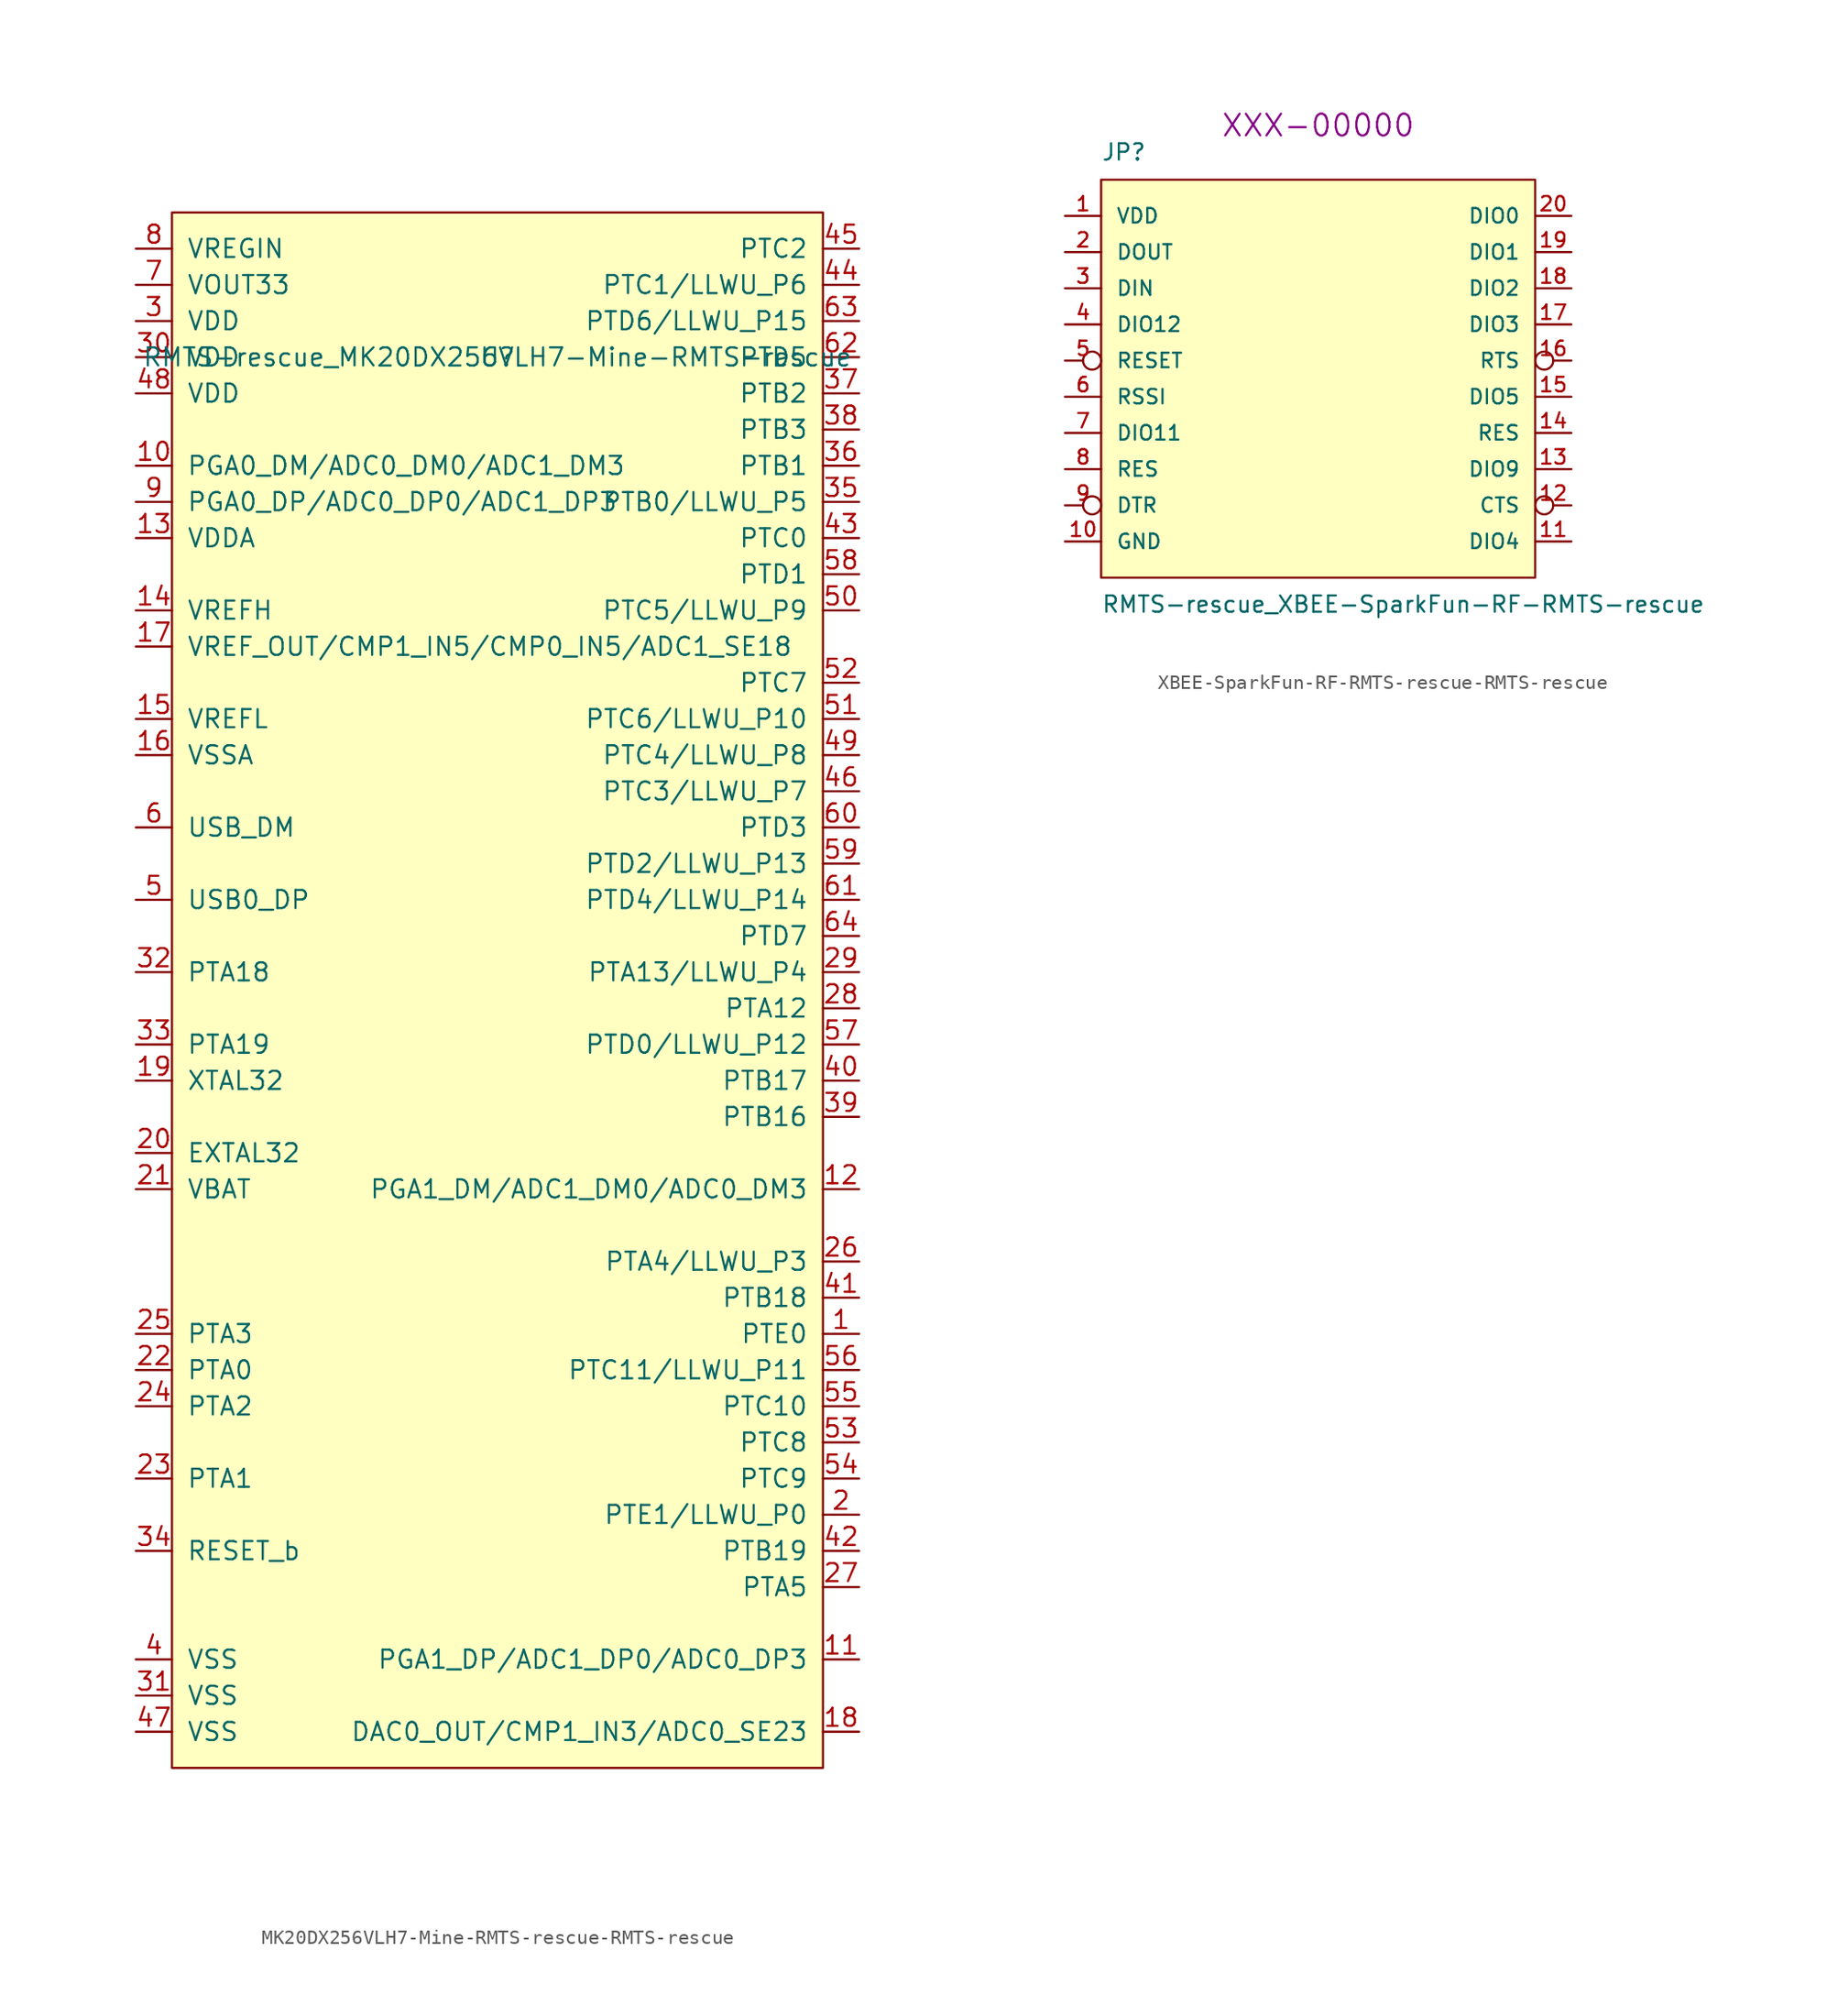
<source format=kicad_sym>
(kicad_symbol_lib
  (version 20220914)
  (generator kicad_symbol_editor)
  (symbol "MK20DX256VLH7-Mine-RMTS-rescue-RMTS-rescue"
    (pin_names
      (offset 1.016))
    (property "Reference" "U"
      (at 0 -7.62 0)
      (effects (font (size 1.27 1.27))))
    (property "Value" "RMTS-rescue_MK20DX256VLH7-Mine-RMTS-rescue"
      (at 0 -7.62 0)
      (effects (font (size 1.27 1.27))))
    (symbol "MK20DX256VLH7-Mine-RMTS-rescue-RMTS-rescue_0_0"
      (pin input line (at 25.4 -76.2 180) (length 2.54) (name "PTE0" (effects (font (size 1.27 1.27)))) (number "1" (effects (font (size 1.27 1.27)))))
      (pin input line (at -25.4 -15.24 0) (length 2.54) (name "PGA0_DM/ADC0_DM0/ADC1_DM3" (effects (font (size 1.27 1.27)))) (number "10" (effects (font (size 1.27 1.27)))))
      (pin input line (at 25.4 -99.06 180) (length 2.54) (name "PGA1_DP/ADC1_DP0/ADC0_DP3" (effects (font (size 1.27 1.27)))) (number "11" (effects (font (size 1.27 1.27)))))
      (pin input line (at 25.4 -66.04 180) (length 2.54) (name "PGA1_DM/ADC1_DM0/ADC0_DM3" (effects (font (size 1.27 1.27)))) (number "12" (effects (font (size 1.27 1.27)))))
      (pin input line (at -25.4 -20.32 0) (length 2.54) (name "VDDA" (effects (font (size 1.27 1.27)))) (number "13" (effects (font (size 1.27 1.27)))))
      (pin input line (at -25.4 -25.4 0) (length 2.54) (name "VREFH" (effects (font (size 1.27 1.27)))) (number "14" (effects (font (size 1.27 1.27)))))
      (pin input line (at -25.4 -33.02 0) (length 2.54) (name "VREFL" (effects (font (size 1.27 1.27)))) (number "15" (effects (font (size 1.27 1.27)))))
      (pin input line (at -25.4 -35.56 0) (length 2.54) (name "VSSA" (effects (font (size 1.27 1.27)))) (number "16" (effects (font (size 1.27 1.27)))))
      (pin output line (at -25.4 -27.94 0) (length 2.54) (name "VREF_OUT/CMP1_IN5/CMP0_IN5/ADC1_SE18" (effects (font (size 1.27 1.27)))) (number "17" (effects (font (size 1.27 1.27)))))
      (pin output line (at 25.4 -104.14 180) (length 2.54) (name "DAC0_OUT/CMP1_IN3/ADC0_SE23" (effects (font (size 1.27 1.27)))) (number "18" (effects (font (size 1.27 1.27)))))
      (pin input line (at -25.4 -58.42 0) (length 2.54) (name "XTAL32" (effects (font (size 1.27 1.27)))) (number "19" (effects (font (size 1.27 1.27)))))
      (pin input line (at 25.4 -88.9 180) (length 2.54) (name "PTE1/LLWU_P0" (effects (font (size 1.27 1.27)))) (number "2" (effects (font (size 1.27 1.27)))))
      (pin input line (at -25.4 -63.5 0) (length 2.54) (name "EXTAL32" (effects (font (size 1.27 1.27)))) (number "20" (effects (font (size 1.27 1.27)))))
      (pin input line (at -25.4 -66.04 0) (length 2.54) (name "VBAT" (effects (font (size 1.27 1.27)))) (number "21" (effects (font (size 1.27 1.27)))))
      (pin input line (at -25.4 -78.74 0) (length 2.54) (name "PTA0" (effects (font (size 1.27 1.27)))) (number "22" (effects (font (size 1.27 1.27)))))
      (pin input line (at -25.4 -86.36 0) (length 2.54) (name "PTA1" (effects (font (size 1.27 1.27)))) (number "23" (effects (font (size 1.27 1.27)))))
      (pin input line (at -25.4 -81.28 0) (length 2.54) (name "PTA2" (effects (font (size 1.27 1.27)))) (number "24" (effects (font (size 1.27 1.27)))))
      (pin input line (at -25.4 -76.2 0) (length 2.54) (name "PTA3" (effects (font (size 1.27 1.27)))) (number "25" (effects (font (size 1.27 1.27)))))
      (pin input line (at 25.4 -71.12 180) (length 2.54) (name "PTA4/LLWU_P3" (effects (font (size 1.27 1.27)))) (number "26" (effects (font (size 1.27 1.27)))))
      (pin input line (at 25.4 -93.98 180) (length 2.54) (name "PTA5" (effects (font (size 1.27 1.27)))) (number "27" (effects (font (size 1.27 1.27)))))
      (pin input line (at 25.4 -53.34 180) (length 2.54) (name "PTA12" (effects (font (size 1.27 1.27)))) (number "28" (effects (font (size 1.27 1.27)))))
      (pin input line (at 25.4 -50.8 180) (length 2.54) (name "PTA13/LLWU_P4" (effects (font (size 1.27 1.27)))) (number "29" (effects (font (size 1.27 1.27)))))
      (pin input line (at -25.4 -5.08 0) (length 2.54) (name "VDD" (effects (font (size 1.27 1.27)))) (number "3" (effects (font (size 1.27 1.27)))))
      (pin input line (at -25.4 -7.62 0) (length 2.54) (name "VDD" (effects (font (size 1.27 1.27)))) (number "30" (effects (font (size 1.27 1.27)))))
      (pin input line (at -25.4 -101.6 0) (length 2.54) (name "VSS" (effects (font (size 1.27 1.27)))) (number "31" (effects (font (size 1.27 1.27)))))
      (pin input line (at -25.4 -50.8 0) (length 2.54) (name "PTA18" (effects (font (size 1.27 1.27)))) (number "32" (effects (font (size 1.27 1.27)))))
      (pin input line (at -25.4 -55.88 0) (length 2.54) (name "PTA19" (effects (font (size 1.27 1.27)))) (number "33" (effects (font (size 1.27 1.27)))))
      (pin input line (at -25.4 -91.44 0) (length 2.54) (name "RESET_b" (effects (font (size 1.27 1.27)))) (number "34" (effects (font (size 1.27 1.27)))))
      (pin input line (at 25.4 -17.78 180) (length 2.54) (name "PTB0/LLWU_P5" (effects (font (size 1.27 1.27)))) (number "35" (effects (font (size 1.27 1.27)))))
      (pin input line (at 25.4 -15.24 180) (length 2.54) (name "PTB1" (effects (font (size 1.27 1.27)))) (number "36" (effects (font (size 1.27 1.27)))))
      (pin input line (at 25.4 -10.16 180) (length 2.54) (name "PTB2" (effects (font (size 1.27 1.27)))) (number "37" (effects (font (size 1.27 1.27)))))
      (pin input line (at 25.4 -12.7 180) (length 2.54) (name "PTB3" (effects (font (size 1.27 1.27)))) (number "38" (effects (font (size 1.27 1.27)))))
      (pin input line (at 25.4 -60.96 180) (length 2.54) (name "PTB16" (effects (font (size 1.27 1.27)))) (number "39" (effects (font (size 1.27 1.27)))))
      (pin input line (at -25.4 -99.06 0) (length 2.54) (name "VSS" (effects (font (size 1.27 1.27)))) (number "4" (effects (font (size 1.27 1.27)))))
      (pin input line (at 25.4 -58.42 180) (length 2.54) (name "PTB17" (effects (font (size 1.27 1.27)))) (number "40" (effects (font (size 1.27 1.27)))))
      (pin input line (at 25.4 -73.66 180) (length 2.54) (name "PTB18" (effects (font (size 1.27 1.27)))) (number "41" (effects (font (size 1.27 1.27)))))
      (pin input line (at 25.4 -91.44 180) (length 2.54) (name "PTB19" (effects (font (size 1.27 1.27)))) (number "42" (effects (font (size 1.27 1.27)))))
      (pin input line (at 25.4 -20.32 180) (length 2.54) (name "PTC0" (effects (font (size 1.27 1.27)))) (number "43" (effects (font (size 1.27 1.27)))))
      (pin input line (at 25.4 -2.54 180) (length 2.54) (name "PTC1/LLWU_P6" (effects (font (size 1.27 1.27)))) (number "44" (effects (font (size 1.27 1.27)))))
      (pin input line (at 25.4 0 180) (length 2.54) (name "PTC2" (effects (font (size 1.27 1.27)))) (number "45" (effects (font (size 1.27 1.27)))))
      (pin input line (at 25.4 -38.1 180) (length 2.54) (name "PTC3/LLWU_P7" (effects (font (size 1.27 1.27)))) (number "46" (effects (font (size 1.27 1.27)))))
      (pin input line (at -25.4 -104.14 0) (length 2.54) (name "VSS" (effects (font (size 1.27 1.27)))) (number "47" (effects (font (size 1.27 1.27)))))
      (pin input line (at -25.4 -10.16 0) (length 2.54) (name "VDD" (effects (font (size 1.27 1.27)))) (number "48" (effects (font (size 1.27 1.27)))))
      (pin input line (at 25.4 -35.56 180) (length 2.54) (name "PTC4/LLWU_P8" (effects (font (size 1.27 1.27)))) (number "49" (effects (font (size 1.27 1.27)))))
      (pin input line (at -25.4 -45.72 0) (length 2.54) (name "USB0_DP" (effects (font (size 1.27 1.27)))) (number "5" (effects (font (size 1.27 1.27)))))
      (pin input line (at 25.4 -25.4 180) (length 2.54) (name "PTC5/LLWU_P9" (effects (font (size 1.27 1.27)))) (number "50" (effects (font (size 1.27 1.27)))))
      (pin input line (at 25.4 -33.02 180) (length 2.54) (name "PTC6/LLWU_P10" (effects (font (size 1.27 1.27)))) (number "51" (effects (font (size 1.27 1.27)))))
      (pin input line (at 25.4 -30.48 180) (length 2.54) (name "PTC7" (effects (font (size 1.27 1.27)))) (number "52" (effects (font (size 1.27 1.27)))))
      (pin input line (at 25.4 -83.82 180) (length 2.54) (name "PTC8" (effects (font (size 1.27 1.27)))) (number "53" (effects (font (size 1.27 1.27)))))
      (pin input line (at 25.4 -86.36 180) (length 2.54) (name "PTC9" (effects (font (size 1.27 1.27)))) (number "54" (effects (font (size 1.27 1.27)))))
      (pin input line (at 25.4 -81.28 180) (length 2.54) (name "PTC10" (effects (font (size 1.27 1.27)))) (number "55" (effects (font (size 1.27 1.27)))))
      (pin input line (at 25.4 -78.74 180) (length 2.54) (name "PTC11/LLWU_P11" (effects (font (size 1.27 1.27)))) (number "56" (effects (font (size 1.27 1.27)))))
      (pin input line (at 25.4 -55.88 180) (length 2.54) (name "PTD0/LLWU_P12" (effects (font (size 1.27 1.27)))) (number "57" (effects (font (size 1.27 1.27)))))
      (pin input line (at 25.4 -22.86 180) (length 2.54) (name "PTD1" (effects (font (size 1.27 1.27)))) (number "58" (effects (font (size 1.27 1.27)))))
      (pin input line (at 25.4 -43.18 180) (length 2.54) (name "PTD2/LLWU_P13" (effects (font (size 1.27 1.27)))) (number "59" (effects (font (size 1.27 1.27)))))
      (pin input line (at -25.4 -40.64 0) (length 2.54) (name "USB_DM" (effects (font (size 1.27 1.27)))) (number "6" (effects (font (size 1.27 1.27)))))
      (pin input line (at 25.4 -40.64 180) (length 2.54) (name "PTD3" (effects (font (size 1.27 1.27)))) (number "60" (effects (font (size 1.27 1.27)))))
      (pin input line (at 25.4 -45.72 180) (length 2.54) (name "PTD4/LLWU_P14" (effects (font (size 1.27 1.27)))) (number "61" (effects (font (size 1.27 1.27)))))
      (pin input line (at 25.4 -7.62 180) (length 2.54) (name "PTD5" (effects (font (size 1.27 1.27)))) (number "62" (effects (font (size 1.27 1.27)))))
      (pin input line (at 25.4 -5.08 180) (length 2.54) (name "PTD6/LLWU_P15" (effects (font (size 1.27 1.27)))) (number "63" (effects (font (size 1.27 1.27)))))
      (pin input line (at 25.4 -48.26 180) (length 2.54) (name "PTD7" (effects (font (size 1.27 1.27)))) (number "64" (effects (font (size 1.27 1.27)))))
      (pin output line (at -25.4 -2.54 0) (length 2.54) (name "VOUT33" (effects (font (size 1.27 1.27)))) (number "7" (effects (font (size 1.27 1.27)))))
      (pin input line (at -25.4 0 0) (length 2.54) (name "VREGIN" (effects (font (size 1.27 1.27)))) (number "8" (effects (font (size 1.27 1.27)))))
      (pin input line (at -25.4 -17.78 0) (length 2.54) (name "PGA0_DP/ADC0_DP0/ADC1_DP3" (effects (font (size 1.27 1.27)))) (number "9" (effects (font (size 1.27 1.27))))))
    (symbol "MK20DX256VLH7-Mine-RMTS-rescue-RMTS-rescue_0_1"
      (rectangle (start -22.86 2.54) (end 22.86 -106.68) (stroke (width 0) (type solid)) (fill (type background)))))
  (symbol "XBEE-SparkFun-RF-RMTS-rescue-RMTS-rescue"
    (pin_names
      (offset 1.016))
    (property "Reference" "JP"
      (at -15.24 13.97 0)
      (effects (font (size 1.143 1.143)) (justify left bottom)))
    (property "Value" "RMTS-rescue_XBEE-SparkFun-RF-RMTS-rescue"
      (at -15.24 -17.78 0)
      (effects (font (size 1.143 1.143)) (justify left bottom)))
    (property "Field4" "XXX-00000"
      (at 0 16.51 0)
      (effects (font (size 1.524 1.524))))
    (property "ki_locked" ""
      (at 0 0 0)
      (effects (font (size 1.27 1.27))))
    (symbol "XBEE-SparkFun-RF-RMTS-rescue-RMTS-rescue_1_1"
      (polyline (pts (xy -15.24 12.7) (xy 15.24 12.7) (xy 15.24 -15.24) (xy -15.24 -15.24) (xy -15.24 12.7)) (stroke (width 0) (type solid)) (fill (type background)))
      (pin power_in line (at -17.78 10.16 0) (length 2.54) (name "VDD" (effects (font (size 1.016 1.016)))) (number "1" (effects (font (size 1.016 1.016)))))
      (pin power_in line (at -17.78 -12.7 0) (length 2.54) (name "GND" (effects (font (size 1.016 1.016)))) (number "10" (effects (font (size 1.016 1.016)))))
      (pin bidirectional line (at 17.78 -12.7 180) (length 2.54) (name "DIO4" (effects (font (size 1.016 1.016)))) (number "11" (effects (font (size 1.016 1.016)))))
      (pin output inverted (at 17.78 -10.16 180) (length 2.54) (name "CTS" (effects (font (size 1.016 1.016)))) (number "12" (effects (font (size 1.016 1.016)))))
      (pin bidirectional line (at 17.78 -7.62 180) (length 2.54) (name "DIO9" (effects (font (size 1.016 1.016)))) (number "13" (effects (font (size 1.016 1.016)))))
      (pin bidirectional line (at 17.78 -5.08 180) (length 2.54) (name "RES" (effects (font (size 1.016 1.016)))) (number "14" (effects (font (size 1.016 1.016)))))
      (pin bidirectional line (at 17.78 -2.54 180) (length 2.54) (name "DIO5" (effects (font (size 1.016 1.016)))) (number "15" (effects (font (size 1.016 1.016)))))
      (pin input inverted (at 17.78 0 180) (length 2.54) (name "RTS" (effects (font (size 1.016 1.016)))) (number "16" (effects (font (size 1.016 1.016)))))
      (pin bidirectional line (at 17.78 2.54 180) (length 2.54) (name "DIO3" (effects (font (size 1.016 1.016)))) (number "17" (effects (font (size 1.016 1.016)))))
      (pin bidirectional line (at 17.78 5.08 180) (length 2.54) (name "DIO2" (effects (font (size 1.016 1.016)))) (number "18" (effects (font (size 1.016 1.016)))))
      (pin bidirectional line (at 17.78 7.62 180) (length 2.54) (name "DIO1" (effects (font (size 1.016 1.016)))) (number "19" (effects (font (size 1.016 1.016)))))
      (pin output line (at -17.78 7.62 0) (length 2.54) (name "DOUT" (effects (font (size 1.016 1.016)))) (number "2" (effects (font (size 1.016 1.016)))))
      (pin bidirectional line (at 17.78 10.16 180) (length 2.54) (name "DIO0" (effects (font (size 1.016 1.016)))) (number "20" (effects (font (size 1.016 1.016)))))
      (pin input line (at -17.78 5.08 0) (length 2.54) (name "DIN" (effects (font (size 1.016 1.016)))) (number "3" (effects (font (size 1.016 1.016)))))
      (pin bidirectional line (at -17.78 2.54 0) (length 2.54) (name "DIO12" (effects (font (size 1.016 1.016)))) (number "4" (effects (font (size 1.016 1.016)))))
      (pin input inverted (at -17.78 0 0) (length 2.54) (name "RESET" (effects (font (size 1.016 1.016)))) (number "5" (effects (font (size 1.016 1.016)))))
      (pin bidirectional line (at -17.78 -2.54 0) (length 2.54) (name "RSSI" (effects (font (size 1.016 1.016)))) (number "6" (effects (font (size 1.016 1.016)))))
      (pin bidirectional line (at -17.78 -5.08 0) (length 2.54) (name "DIO11" (effects (font (size 1.016 1.016)))) (number "7" (effects (font (size 1.016 1.016)))))
      (pin bidirectional line (at -17.78 -7.62 0) (length 2.54) (name "RES" (effects (font (size 1.016 1.016)))) (number "8" (effects (font (size 1.016 1.016)))))
      (pin bidirectional inverted (at -17.78 -10.16 0) (length 2.54) (name "DTR" (effects (font (size 1.016 1.016)))) (number "9" (effects (font (size 1.016 1.016))))))))
</source>
